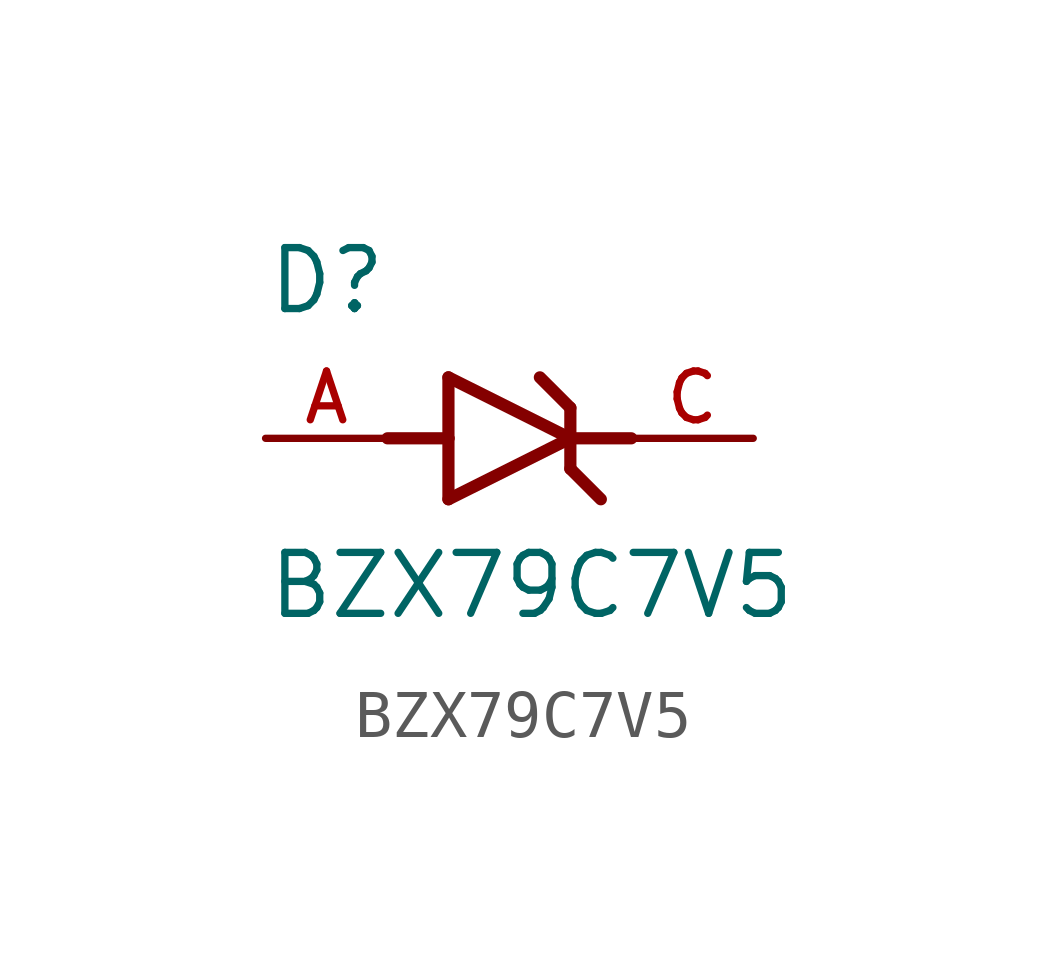
<source format=kicad_sym>
(kicad_symbol_lib
  (version 20211014)
  (generator kicad_symbol_editor)
  (symbol "BZX79C7V5"
    (pin_names
      (offset 1.016))
    (property "Reference" "D"
      (at -5.08 2.54 0)
      (effects (font (size 1.27 1.27)) (justify bottom left)))
    (property "Value" "BZX79C7V5"
      (at -5.08 -3.81 0)
      (effects (font (size 1.27 1.27)) (justify bottom left)))
    (symbol "BZX79C7V5_0_0"
      (polyline (pts (xy -1.27 -1.27) (xy 1.27 0.0)) (stroke (width 0.254)))
      (polyline (pts (xy 1.27 0.0) (xy -1.27 1.27)) (stroke (width 0.254)))
      (polyline (pts (xy 1.27 0.635) (xy 1.27 0.0)) (stroke (width 0.254)))
      (polyline (pts (xy -1.27 1.27) (xy -1.27 0.0)) (stroke (width 0.254)))
      (polyline (pts (xy -1.27 0.0) (xy -1.27 -1.27)) (stroke (width 0.254)))
      (polyline (pts (xy 1.27 0.0) (xy 1.27 -0.635)) (stroke (width 0.254)))
      (polyline (pts (xy -2.54 0.0) (xy -1.27 0.0)) (stroke (width 0.254)))
      (polyline (pts (xy 2.54 0.0) (xy 1.27 0.0)) (stroke (width 0.254)))
      (polyline (pts (xy 0.635 1.27) (xy 1.27 0.635)) (stroke (width 0.254)))
      (polyline (pts (xy 1.27 -0.635) (xy 1.905 -1.27)) (stroke (width 0.254)))
      (pin passive line (at 5.08 0.0 180.0) (length 2.54) (name "~" (effects (font (size 1.016 1.016)))) (number "C" (effects (font (size 1.016 1.016)))))
      (pin passive line (at -5.08 0.0 0) (length 2.54) (name "~" (effects (font (size 1.016 1.016)))) (number "A" (effects (font (size 1.016 1.016))))))))
</source>
